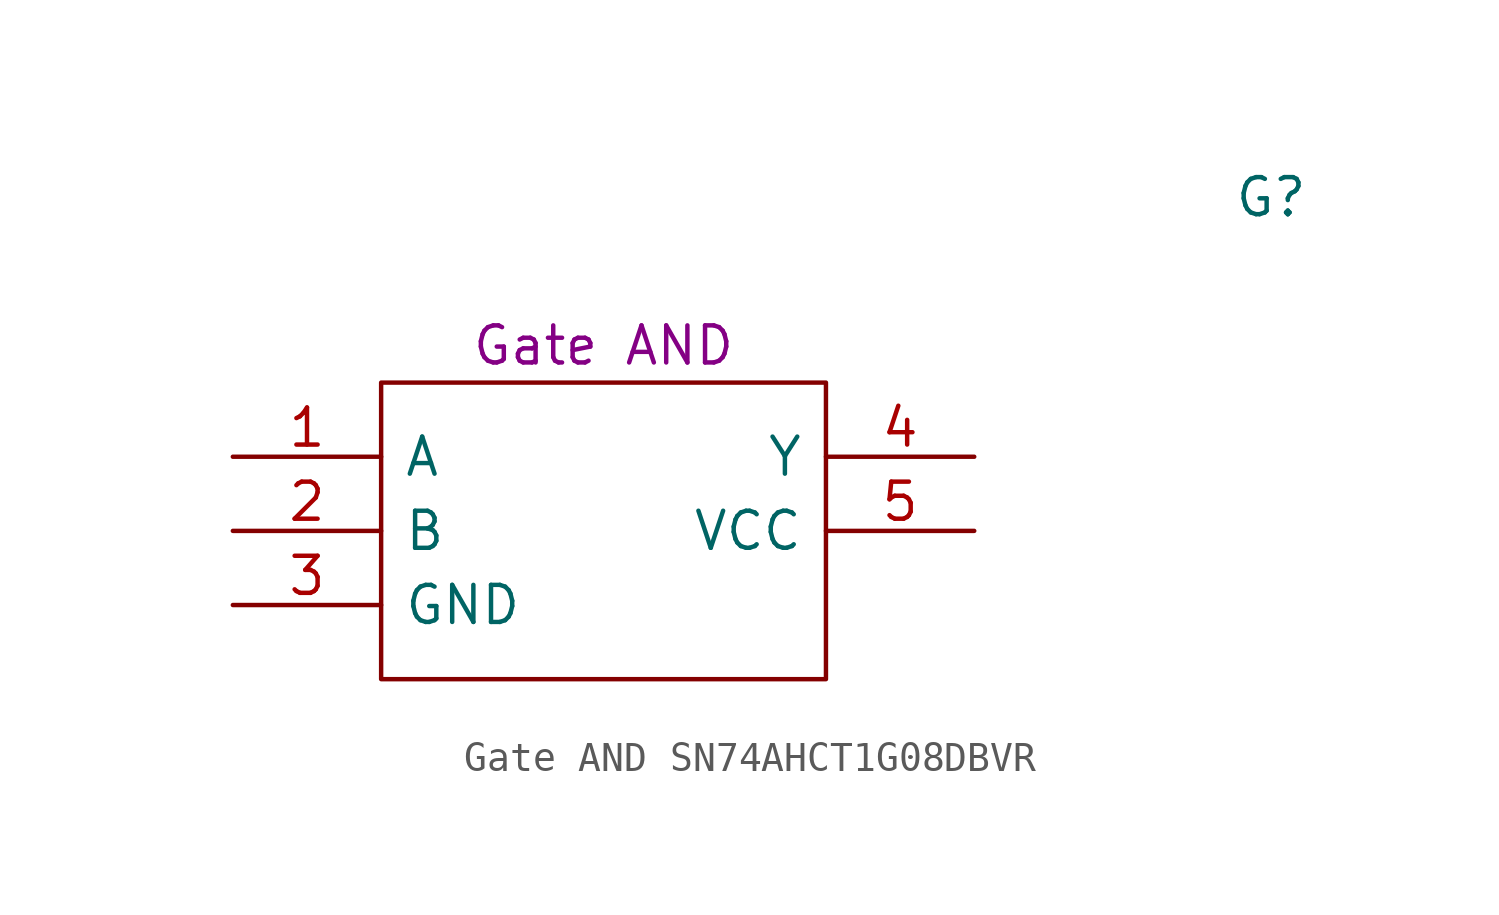
<source format=kicad_sym>
(kicad_symbol_lib
  (version 20211014)
  (generator kicad_symbol_editor)
  (symbol "Gate AND SN74AHCT1G08DBVR"
    (pin_names
      (offset 0.762))
    (property "Reference" "G"
      (at 34.29 8.89 0)
      (effects (font (size 1.27 1.27)) (justify left)))
    (property "Render Name" "Gate AND"
      (at 12.7 3.81 0)
      (effects (font (size 1.27 1.27))))
    (symbol "Gate AND SN74AHCT1G08DBVR_0_0"
      (pin passive line (at 0 0 0) (length 5.08) (name "A" (effects (font (size 1.27 1.27)))) (number "1" (effects (font (size 1.27 1.27)))))
      (pin passive line (at 0 -2.54 0) (length 5.08) (name "B" (effects (font (size 1.27 1.27)))) (number "2" (effects (font (size 1.27 1.27)))))
      (pin passive line (at 0 -5.08 0) (length 5.08) (name "GND" (effects (font (size 1.27 1.27)))) (number "3" (effects (font (size 1.27 1.27)))))
      (pin passive line (at 25.4 0 180) (length 5.08) (name "Y" (effects (font (size 1.27 1.27)))) (number "4" (effects (font (size 1.27 1.27)))))
      (pin passive line (at 25.4 -2.54 180) (length 5.08) (name "VCC" (effects (font (size 1.27 1.27)))) (number "5" (effects (font (size 1.27 1.27))))))
    (symbol "Gate AND SN74AHCT1G08DBVR_0_1"
      (polyline (pts (xy 5.08 2.54) (xy 20.32 2.54) (xy 20.32 -7.62) (xy 5.08 -7.62) (xy 5.08 2.54)) (stroke (width 0.152) (type default) (color 0 0 0 0)) (fill (type none))))))
</source>
